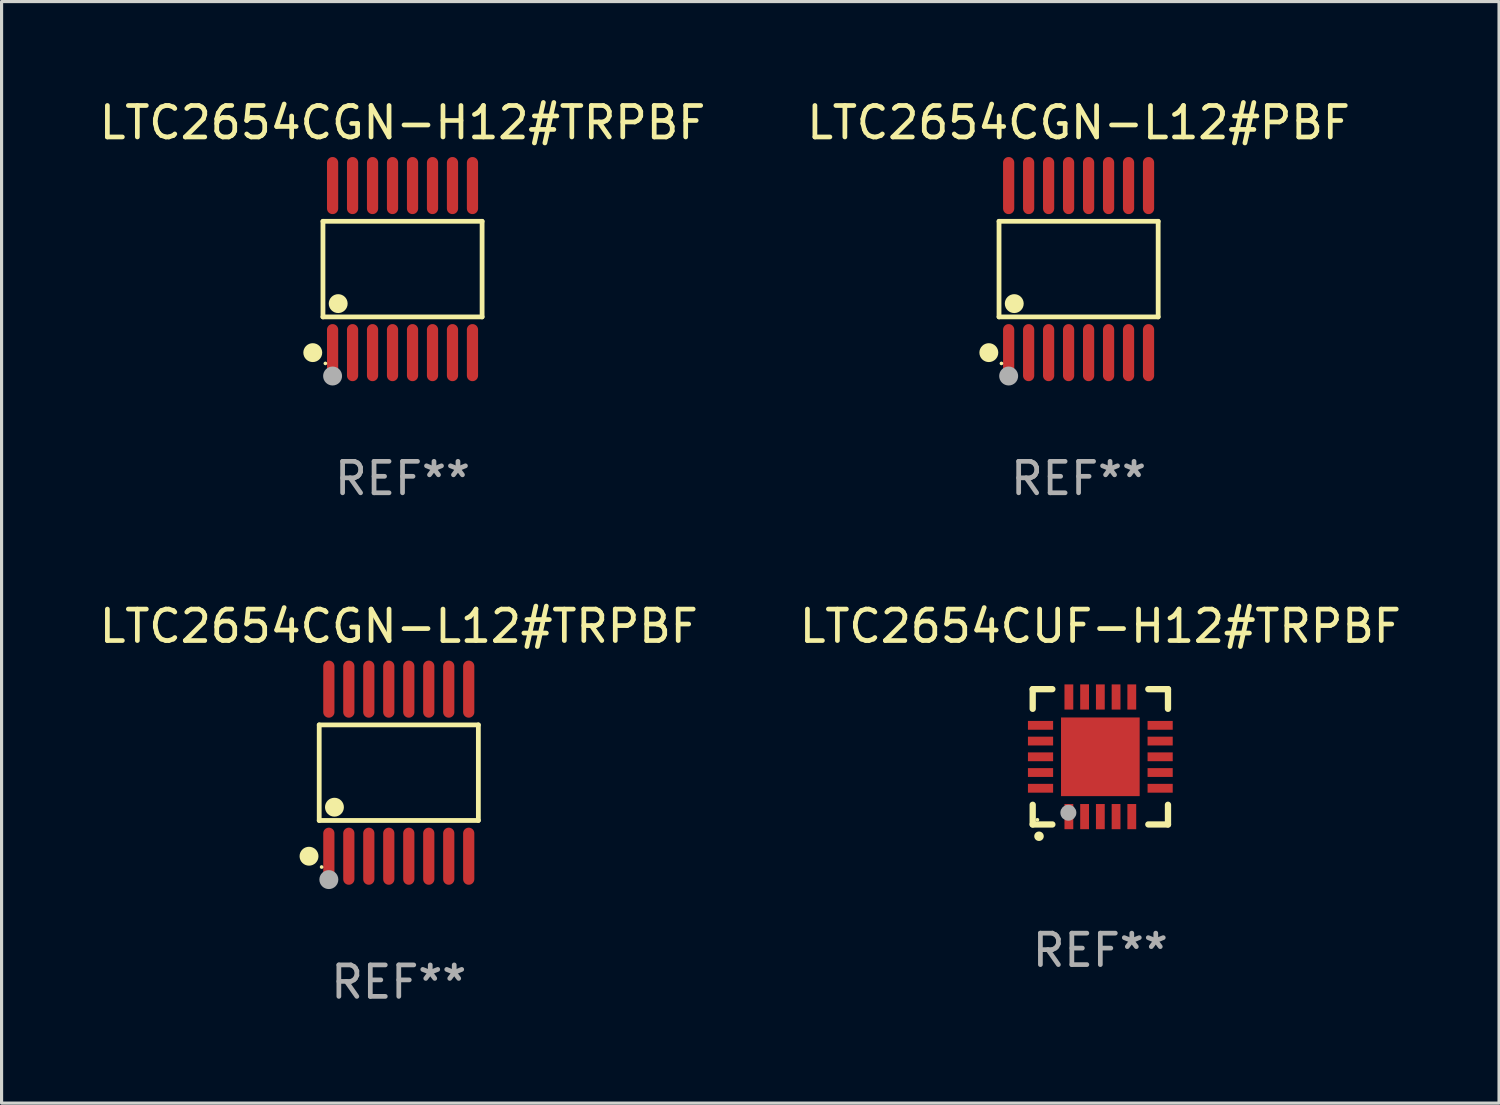
<source format=kicad_pcb>
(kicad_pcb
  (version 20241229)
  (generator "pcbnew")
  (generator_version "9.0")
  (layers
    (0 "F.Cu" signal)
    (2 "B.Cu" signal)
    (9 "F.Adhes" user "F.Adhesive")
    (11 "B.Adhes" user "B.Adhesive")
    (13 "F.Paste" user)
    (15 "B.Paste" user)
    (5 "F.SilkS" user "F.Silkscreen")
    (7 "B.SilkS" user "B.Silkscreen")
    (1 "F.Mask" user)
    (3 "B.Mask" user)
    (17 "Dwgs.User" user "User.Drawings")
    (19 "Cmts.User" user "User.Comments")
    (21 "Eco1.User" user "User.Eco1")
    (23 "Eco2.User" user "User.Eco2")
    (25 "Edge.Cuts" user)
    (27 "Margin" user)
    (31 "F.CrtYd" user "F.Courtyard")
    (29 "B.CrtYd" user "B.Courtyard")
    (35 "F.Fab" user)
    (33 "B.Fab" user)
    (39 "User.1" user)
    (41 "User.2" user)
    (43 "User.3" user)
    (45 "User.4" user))
  (footprint "LTC2654CGN-L12#TRPBF"
    (layer "F.Cu")
    (at 9.625 21.509)
    (property "Reference" "LTC2654CGN-L12#TRPBF" (at 0 -4.655 0) (layer "F.SilkS") (effects (font (size 1 1) (thickness 0.15))))
    (attr through_hole)
    (fp_line (start -2.529 -1.519) (end 2.529 -1.519) (stroke (width 0.152) (type solid)) (layer "F.SilkS"))
    (fp_line (start -2.529 1.519) (end -2.529 -1.519) (stroke (width 0.152) (type solid)) (layer "F.SilkS"))
    (fp_line (start 2.529 -1.519) (end 2.529 1.519) (stroke (width 0.152) (type solid)) (layer "F.SilkS"))
    (fp_line (start 2.529 1.519) (end -2.529 1.519) (stroke (width 0.152) (type solid)) (layer "F.SilkS"))
    (fp_circle (center -2.853 2.655) (end -2.703 2.655) (stroke (width 0.3) (type solid)) (fill no) (layer "F.SilkS"))
    (fp_circle (center -2.453 2.998) (end -2.423 2.998) (stroke (width 0.06) (type solid)) (fill no) (layer "F.SilkS"))
    (fp_circle (center -2.045 1.097) (end -1.895 1.097) (stroke (width 0.3) (type solid)) (fill no) (layer "F.SilkS"))
    (fp_circle (center -2.223 3.398) (end -2.072 3.398) (stroke (width 0.3) (type solid)) (fill no) (layer "F.Fab"))
    (fp_text user "REF**" (at 0 6.655 0) (layer "F.Fab") (effects (font (size 1 1) (thickness 0.15))))
    (pad "1" smd oval (at -2.223 2.655) (size 0.356 1.815) (layers "F.Cu" "F.Mask" "F.Paste"))
    (pad "2" smd oval (at -1.588 2.655) (size 0.356 1.815) (layers "F.Cu" "F.Mask" "F.Paste"))
    (pad "3" smd oval (at -0.953 2.655) (size 0.356 1.815) (layers "F.Cu" "F.Mask" "F.Paste"))
    (pad "4" smd oval (at -0.318 2.655) (size 0.356 1.815) (layers "F.Cu" "F.Mask" "F.Paste"))
    (pad "5" smd oval (at 0.318 2.655) (size 0.356 1.815) (layers "F.Cu" "F.Mask" "F.Paste"))
    (pad "6" smd oval (at 0.953 2.655) (size 0.356 1.815) (layers "F.Cu" "F.Mask" "F.Paste"))
    (pad "7" smd oval (at 1.588 2.655) (size 0.356 1.815) (layers "F.Cu" "F.Mask" "F.Paste"))
    (pad "8" smd oval (at 2.223 2.655) (size 0.356 1.815) (layers "F.Cu" "F.Mask" "F.Paste"))
    (pad "9" smd oval (at 2.223 -2.655) (size 0.356 1.815) (layers "F.Cu" "F.Mask" "F.Paste"))
    (pad "10" smd oval (at 1.588 -2.655) (size 0.356 1.815) (layers "F.Cu" "F.Mask" "F.Paste"))
    (pad "11" smd oval (at 0.953 -2.655) (size 0.356 1.815) (layers "F.Cu" "F.Mask" "F.Paste"))
    (pad "12" smd oval (at 0.318 -2.655) (size 0.356 1.815) (layers "F.Cu" "F.Mask" "F.Paste"))
    (pad "13" smd oval (at -0.318 -2.655) (size 0.356 1.815) (layers "F.Cu" "F.Mask" "F.Paste"))
    (pad "14" smd oval (at -0.953 -2.655) (size 0.356 1.815) (layers "F.Cu" "F.Mask" "F.Paste"))
    (pad "15" smd oval (at -1.588 -2.655) (size 0.356 1.815) (layers "F.Cu" "F.Mask" "F.Paste"))
    (pad "16" smd oval (at -2.223 -2.655) (size 0.356 1.815) (layers "F.Cu" "F.Mask" "F.Paste")))
  (footprint "LTC2654CGN-L12#PBF"
    (layer "F.Cu")
    (at 31.232 5.503)
    (property "Reference" "LTC2654CGN-L12#PBF" (at 0 -4.655 0) (layer "F.SilkS") (effects (font (size 1 1) (thickness 0.15))))
    (attr through_hole)
    (fp_line (start -2.529 -1.519) (end 2.529 -1.519) (stroke (width 0.152) (type solid)) (layer "F.SilkS"))
    (fp_line (start -2.529 1.519) (end -2.529 -1.519) (stroke (width 0.152) (type solid)) (layer "F.SilkS"))
    (fp_line (start 2.529 -1.519) (end 2.529 1.519) (stroke (width 0.152) (type solid)) (layer "F.SilkS"))
    (fp_line (start 2.529 1.519) (end -2.529 1.519) (stroke (width 0.152) (type solid)) (layer "F.SilkS"))
    (fp_circle (center -2.853 2.655) (end -2.703 2.655) (stroke (width 0.3) (type solid)) (fill no) (layer "F.SilkS"))
    (fp_circle (center -2.453 2.998) (end -2.423 2.998) (stroke (width 0.06) (type solid)) (fill no) (layer "F.SilkS"))
    (fp_circle (center -2.045 1.097) (end -1.895 1.097) (stroke (width 0.3) (type solid)) (fill no) (layer "F.SilkS"))
    (fp_circle (center -2.223 3.398) (end -2.072 3.398) (stroke (width 0.3) (type solid)) (fill no) (layer "F.Fab"))
    (fp_text user "REF**" (at 0 6.655 0) (layer "F.Fab") (effects (font (size 1 1) (thickness 0.15))))
    (pad "1" smd oval (at -2.223 2.655) (size 0.356 1.815) (layers "F.Cu" "F.Mask" "F.Paste"))
    (pad "2" smd oval (at -1.588 2.655) (size 0.356 1.815) (layers "F.Cu" "F.Mask" "F.Paste"))
    (pad "3" smd oval (at -0.953 2.655) (size 0.356 1.815) (layers "F.Cu" "F.Mask" "F.Paste"))
    (pad "4" smd oval (at -0.318 2.655) (size 0.356 1.815) (layers "F.Cu" "F.Mask" "F.Paste"))
    (pad "5" smd oval (at 0.318 2.655) (size 0.356 1.815) (layers "F.Cu" "F.Mask" "F.Paste"))
    (pad "6" smd oval (at 0.953 2.655) (size 0.356 1.815) (layers "F.Cu" "F.Mask" "F.Paste"))
    (pad "7" smd oval (at 1.588 2.655) (size 0.356 1.815) (layers "F.Cu" "F.Mask" "F.Paste"))
    (pad "8" smd oval (at 2.223 2.655) (size 0.356 1.815) (layers "F.Cu" "F.Mask" "F.Paste"))
    (pad "9" smd oval (at 2.223 -2.655) (size 0.356 1.815) (layers "F.Cu" "F.Mask" "F.Paste"))
    (pad "10" smd oval (at 1.588 -2.655) (size 0.356 1.815) (layers "F.Cu" "F.Mask" "F.Paste"))
    (pad "11" smd oval (at 0.953 -2.655) (size 0.356 1.815) (layers "F.Cu" "F.Mask" "F.Paste"))
    (pad "12" smd oval (at 0.318 -2.655) (size 0.356 1.815) (layers "F.Cu" "F.Mask" "F.Paste"))
    (pad "13" smd oval (at -0.318 -2.655) (size 0.356 1.815) (layers "F.Cu" "F.Mask" "F.Paste"))
    (pad "14" smd oval (at -0.953 -2.655) (size 0.356 1.815) (layers "F.Cu" "F.Mask" "F.Paste"))
    (pad "15" smd oval (at -1.588 -2.655) (size 0.356 1.815) (layers "F.Cu" "F.Mask" "F.Paste"))
    (pad "16" smd oval (at -2.223 -2.655) (size 0.356 1.815) (layers "F.Cu" "F.Mask" "F.Paste")))
  (footprint "LTC2654CUF-H12#TRPBF"
    (layer "F.Cu")
    (at 31.923 21.004)
    (property "Reference" "LTC2654CUF-H12#TRPBF" (at 0 -4.15 0) (layer "F.SilkS") (effects (font (size 1 1) (thickness 0.15))))
    (attr through_hole)
    (fp_line (start -2.15 -2.15) (end -2.15 -1.525) (stroke (width 0.2) (type solid)) (layer "F.SilkS"))
    (fp_line (start -2.15 2.15) (end -2.15 1.525) (stroke (width 0.2) (type solid)) (layer "F.SilkS"))
    (fp_line (start -1.525 -2.15) (end -2.15 -2.15) (stroke (width 0.2) (type solid)) (layer "F.SilkS"))
    (fp_line (start -1.525 2.15) (end -2.15 2.15) (stroke (width 0.2) (type solid)) (layer "F.SilkS"))
    (fp_line (start 1.525 2.15) (end 2.15 2.15) (stroke (width 0.2) (type solid)) (layer "F.SilkS"))
    (fp_line (start 2.15 -2.15) (end 1.525 -2.15) (stroke (width 0.2) (type solid)) (layer "F.SilkS"))
    (fp_line (start 2.15 -1.525) (end 2.15 -2.15) (stroke (width 0.2) (type solid)) (layer "F.SilkS"))
    (fp_line (start 2.15 2.15) (end 2.15 1.525) (stroke (width 0.2) (type solid)) (layer "F.SilkS"))
    (fp_arc (start -1.950724 2.524765) (mid -1.949454 2.52476) (end -1.948184 2.524765) (stroke (width 0.3) (type solid)) (layer "F.SilkS"))
    (fp_circle (center -2.001 2.001) (end -1.971 2.001) (stroke (width 0.06) (type solid)) (fill no) (layer "F.SilkS"))
    (fp_circle (center -1.016 1.778) (end -0.889 1.778) (stroke (width 0.254) (type solid)) (fill no) (layer "F.Fab"))
    (fp_text user "REF**" (at 0 6.15 0) (layer "F.Fab") (effects (font (size 1 1) (thickness 0.15))))
    (pad "1" smd rect (at -1 1.901) (size 0.28 0.8) (layers "F.Cu" "F.Mask" "F.Paste"))
    (pad "2" smd rect (at -0.5 1.901) (size 0.28 0.8) (layers "F.Cu" "F.Mask" "F.Paste"))
    (pad "3" smd rect (at 0 1.901) (size 0.28 0.8) (layers "F.Cu" "F.Mask" "F.Paste"))
    (pad "4" smd rect (at 0.5 1.901) (size 0.28 0.8) (layers "F.Cu" "F.Mask" "F.Paste"))
    (pad "5" smd rect (at 1 1.901) (size 0.28 0.8) (layers "F.Cu" "F.Mask" "F.Paste"))
    (pad "6" smd rect (at 1.901 1) (size 0.8 0.28) (layers "F.Cu" "F.Mask" "F.Paste"))
    (pad "7" smd rect (at 1.901 0.5) (size 0.8 0.28) (layers "F.Cu" "F.Mask" "F.Paste"))
    (pad "8" smd rect (at 1.901 0) (size 0.8 0.28) (layers "F.Cu" "F.Mask" "F.Paste"))
    (pad "9" smd rect (at 1.901 -0.5) (size 0.8 0.28) (layers "F.Cu" "F.Mask" "F.Paste"))
    (pad "10" smd rect (at 1.901 -1) (size 0.8 0.28) (layers "F.Cu" "F.Mask" "F.Paste"))
    (pad "11" smd rect (at 1 -1.901) (size 0.28 0.8) (layers "F.Cu" "F.Mask" "F.Paste"))
    (pad "12" smd rect (at 0.5 -1.901) (size 0.28 0.8) (layers "F.Cu" "F.Mask" "F.Paste"))
    (pad "13" smd rect (at 0 -1.901) (size 0.28 0.8) (layers "F.Cu" "F.Mask" "F.Paste"))
    (pad "14" smd rect (at -0.5 -1.901) (size 0.28 0.8) (layers "F.Cu" "F.Mask" "F.Paste"))
    (pad "15" smd rect (at -1 -1.901) (size 0.28 0.8) (layers "F.Cu" "F.Mask" "F.Paste"))
    (pad "16" smd rect (at -1.901 -1) (size 0.8 0.28) (layers "F.Cu" "F.Mask" "F.Paste"))
    (pad "17" smd rect (at -1.901 -0.5) (size 0.8 0.28) (layers "F.Cu" "F.Mask" "F.Paste"))
    (pad "18" smd rect (at -1.901 0) (size 0.8 0.28) (layers "F.Cu" "F.Mask" "F.Paste"))
    (pad "19" smd rect (at -1.901 0.5) (size 0.8 0.28) (layers "F.Cu" "F.Mask" "F.Paste"))
    (pad "20" smd rect (at -1.901 1) (size 0.8 0.28) (layers "F.Cu" "F.Mask" "F.Paste"))
    (pad "21" smd rect (at 0 0) (size 2.5 2.5) (layers "F.Cu" "F.Mask" "F.Paste")))
  (footprint "LTC2654CGN-H12#TRPBF"
    (layer "F.Cu")
    (at 9.744 5.503)
    (property "Reference" "LTC2654CGN-H12#TRPBF" (at 0 -4.655 0) (layer "F.SilkS") (effects (font (size 1 1) (thickness 0.15))))
    (attr through_hole)
    (fp_line (start -2.529 -1.519) (end 2.529 -1.519) (stroke (width 0.152) (type solid)) (layer "F.SilkS"))
    (fp_line (start -2.529 1.519) (end -2.529 -1.519) (stroke (width 0.152) (type solid)) (layer "F.SilkS"))
    (fp_line (start 2.529 -1.519) (end 2.529 1.519) (stroke (width 0.152) (type solid)) (layer "F.SilkS"))
    (fp_line (start 2.529 1.519) (end -2.529 1.519) (stroke (width 0.152) (type solid)) (layer "F.SilkS"))
    (fp_circle (center -2.853 2.655) (end -2.703 2.655) (stroke (width 0.3) (type solid)) (fill no) (layer "F.SilkS"))
    (fp_circle (center -2.453 2.998) (end -2.423 2.998) (stroke (width 0.06) (type solid)) (fill no) (layer "F.SilkS"))
    (fp_circle (center -2.045 1.097) (end -1.895 1.097) (stroke (width 0.3) (type solid)) (fill no) (layer "F.SilkS"))
    (fp_circle (center -2.223 3.398) (end -2.072 3.398) (stroke (width 0.3) (type solid)) (fill no) (layer "F.Fab"))
    (fp_text user "REF**" (at 0 6.655 0) (layer "F.Fab") (effects (font (size 1 1) (thickness 0.15))))
    (pad "1" smd oval (at -2.223 2.655) (size 0.356 1.815) (layers "F.Cu" "F.Mask" "F.Paste"))
    (pad "2" smd oval (at -1.588 2.655) (size 0.356 1.815) (layers "F.Cu" "F.Mask" "F.Paste"))
    (pad "3" smd oval (at -0.953 2.655) (size 0.356 1.815) (layers "F.Cu" "F.Mask" "F.Paste"))
    (pad "4" smd oval (at -0.318 2.655) (size 0.356 1.815) (layers "F.Cu" "F.Mask" "F.Paste"))
    (pad "5" smd oval (at 0.318 2.655) (size 0.356 1.815) (layers "F.Cu" "F.Mask" "F.Paste"))
    (pad "6" smd oval (at 0.953 2.655) (size 0.356 1.815) (layers "F.Cu" "F.Mask" "F.Paste"))
    (pad "7" smd oval (at 1.588 2.655) (size 0.356 1.815) (layers "F.Cu" "F.Mask" "F.Paste"))
    (pad "8" smd oval (at 2.223 2.655) (size 0.356 1.815) (layers "F.Cu" "F.Mask" "F.Paste"))
    (pad "9" smd oval (at 2.223 -2.655) (size 0.356 1.815) (layers "F.Cu" "F.Mask" "F.Paste"))
    (pad "10" smd oval (at 1.588 -2.655) (size 0.356 1.815) (layers "F.Cu" "F.Mask" "F.Paste"))
    (pad "11" smd oval (at 0.953 -2.655) (size 0.356 1.815) (layers "F.Cu" "F.Mask" "F.Paste"))
    (pad "12" smd oval (at 0.318 -2.655) (size 0.356 1.815) (layers "F.Cu" "F.Mask" "F.Paste"))
    (pad "13" smd oval (at -0.318 -2.655) (size 0.356 1.815) (layers "F.Cu" "F.Mask" "F.Paste"))
    (pad "14" smd oval (at -0.953 -2.655) (size 0.356 1.815) (layers "F.Cu" "F.Mask" "F.Paste"))
    (pad "15" smd oval (at -1.588 -2.655) (size 0.356 1.815) (layers "F.Cu" "F.Mask" "F.Paste"))
    (pad "16" smd oval (at -2.223 -2.655) (size 0.356 1.815) (layers "F.Cu" "F.Mask" "F.Paste")))
  (gr_rect
    (start -3 -3)
    (end 44.595 32.012)
    (stroke (width 0.1) (type default))
    (fill no)
    (layer "Edge.Cuts")))
</source>
